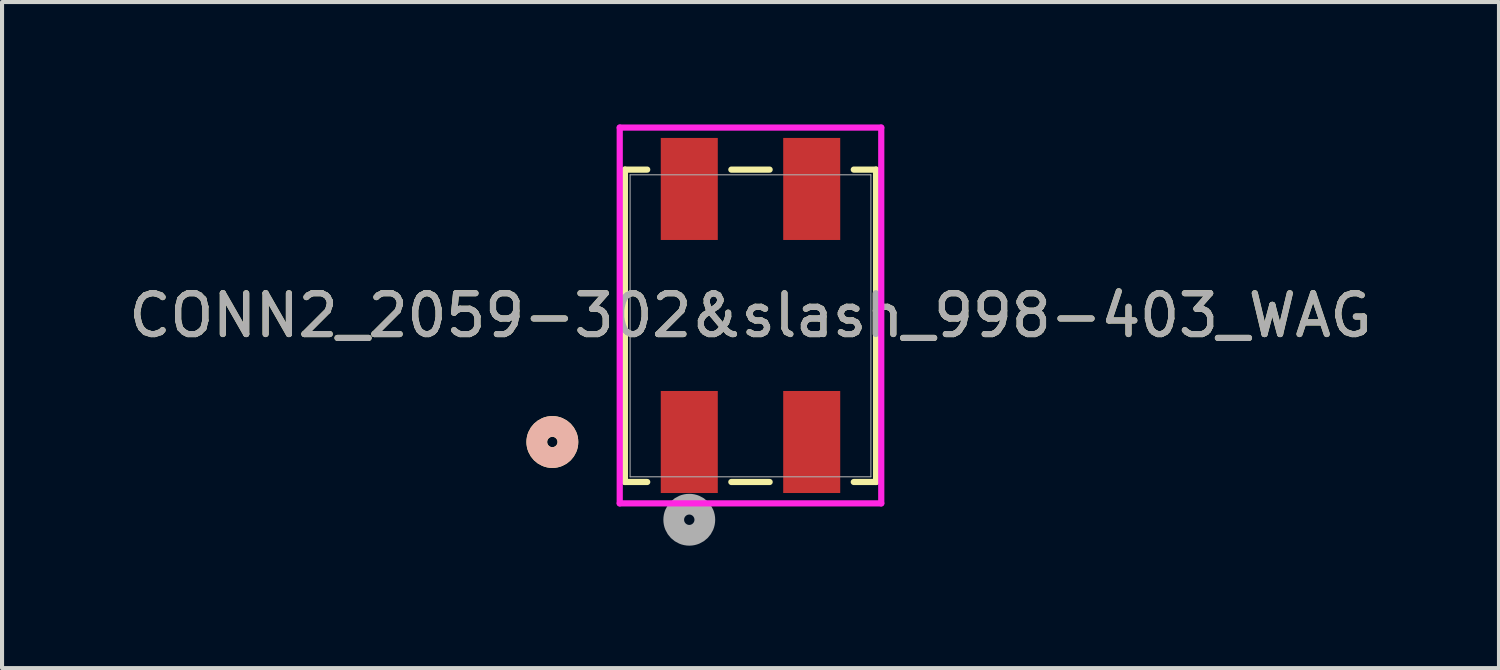
<source format=kicad_pcb>
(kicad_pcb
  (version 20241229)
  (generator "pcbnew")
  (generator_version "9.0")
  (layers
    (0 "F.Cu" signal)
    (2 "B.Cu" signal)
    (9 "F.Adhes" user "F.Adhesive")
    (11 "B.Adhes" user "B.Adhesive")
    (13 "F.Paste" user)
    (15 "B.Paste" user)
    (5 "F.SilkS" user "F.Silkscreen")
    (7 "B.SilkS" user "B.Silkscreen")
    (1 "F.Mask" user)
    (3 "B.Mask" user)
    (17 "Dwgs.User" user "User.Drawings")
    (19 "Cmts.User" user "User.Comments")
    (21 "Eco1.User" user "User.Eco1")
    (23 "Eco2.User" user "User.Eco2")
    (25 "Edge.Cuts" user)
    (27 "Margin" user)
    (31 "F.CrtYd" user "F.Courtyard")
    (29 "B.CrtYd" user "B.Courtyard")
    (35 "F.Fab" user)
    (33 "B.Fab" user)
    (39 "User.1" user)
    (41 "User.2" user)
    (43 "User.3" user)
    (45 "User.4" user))
  (footprint "CONN2_2059-302&slash_998-403_WAG"
    (layer "F.Cu")
    (at 15.339 4.933)
    (property "Reference" "CONN2_2059-302&slash_998-403_WAG" (at 0 -0.253 0) (unlocked yes) (layer "F.SilkS") (effects (font (size 1 1) (thickness 0.15))))
    (attr smd)
    (fp_line (start -3.077 -3.827) (end -3.077 3.827) (stroke (width 0.152) (type solid)) (layer "F.SilkS"))
    (fp_line (start -3.077 3.827) (end -2.531 3.827) (stroke (width 0.152) (type solid)) (layer "F.SilkS"))
    (fp_line (start -2.531 -3.827) (end -3.077 -3.827) (stroke (width 0.152) (type solid)) (layer "F.SilkS"))
    (fp_line (start -0.469 3.827) (end 0.469 3.827) (stroke (width 0.152) (type solid)) (layer "F.SilkS"))
    (fp_line (start 0.469 -3.827) (end -0.469 -3.827) (stroke (width 0.152) (type solid)) (layer "F.SilkS"))
    (fp_line (start 2.531 3.827) (end 3.077 3.827) (stroke (width 0.152) (type solid)) (layer "F.SilkS"))
    (fp_line (start 3.077 -3.827) (end 2.531 -3.827) (stroke (width 0.152) (type solid)) (layer "F.SilkS"))
    (fp_line (start 3.077 3.827) (end 3.077 -3.827) (stroke (width 0.152) (type solid)) (layer "F.SilkS"))
    (fp_circle (center -4.855 2.847) (end -4.474 2.847) (stroke (width 0.508) (type solid)) (fill no) (layer "F.SilkS"))
    (fp_circle (center -4.855 2.847) (end -4.474 2.847) (stroke (width 0.508) (type solid)) (fill no) (layer "B.SilkS"))
    (fp_line (start -3.204 -4.857) (end -3.204 4.351) (stroke (width 0.152) (type solid)) (layer "F.CrtYd"))
    (fp_line (start -3.204 4.351) (end 3.204 4.351) (stroke (width 0.152) (type solid)) (layer "F.CrtYd"))
    (fp_line (start 3.204 -4.857) (end -3.204 -4.857) (stroke (width 0.152) (type solid)) (layer "F.CrtYd"))
    (fp_line (start 3.204 4.351) (end 3.204 -4.857) (stroke (width 0.152) (type solid)) (layer "F.CrtYd"))
    (fp_line (start -2.95 -3.7) (end -2.95 3.7) (stroke (width 0.025) (type solid)) (layer "F.Fab"))
    (fp_line (start -2.95 3.7) (end 2.95 3.7) (stroke (width 0.025) (type solid)) (layer "F.Fab"))
    (fp_line (start 2.95 -3.7) (end -2.95 -3.7) (stroke (width 0.025) (type solid)) (layer "F.Fab"))
    (fp_line (start 2.95 3.7) (end 2.95 -3.7) (stroke (width 0.025) (type solid)) (layer "F.Fab"))
    (fp_circle (center -1.5 4.752) (end -1.119 4.752) (stroke (width 0.508) (type solid)) (fill no) (layer "F.Fab"))
    (fp_text user "${REFERENCE}" (at 0 -0.253 0) (unlocked yes) (layer "F.Fab") (effects (font (size 1 1) (thickness 0.15))))
    (pad "1" smd rect (at -1.5 2.847) (size 1.397 2.5) (layers "F.Cu" "F.Mask" "F.Paste"))
    (pad "2" smd rect (at -1.5 -3.353) (size 1.397 2.5) (layers "F.Cu" "F.Mask" "F.Paste"))
    (pad "3" smd rect (at 1.5 2.847) (size 1.397 2.5) (layers "F.Cu" "F.Mask" "F.Paste"))
    (pad "4" smd rect (at 1.5 -3.353) (size 1.397 2.5) (layers "F.Cu" "F.Mask" "F.Paste")))
  (gr_rect
    (start -3 -3)
    (end 33.679 13.32)
    (stroke (width 0.1) (type default))
    (fill no)
    (layer "Edge.Cuts")))
</source>
